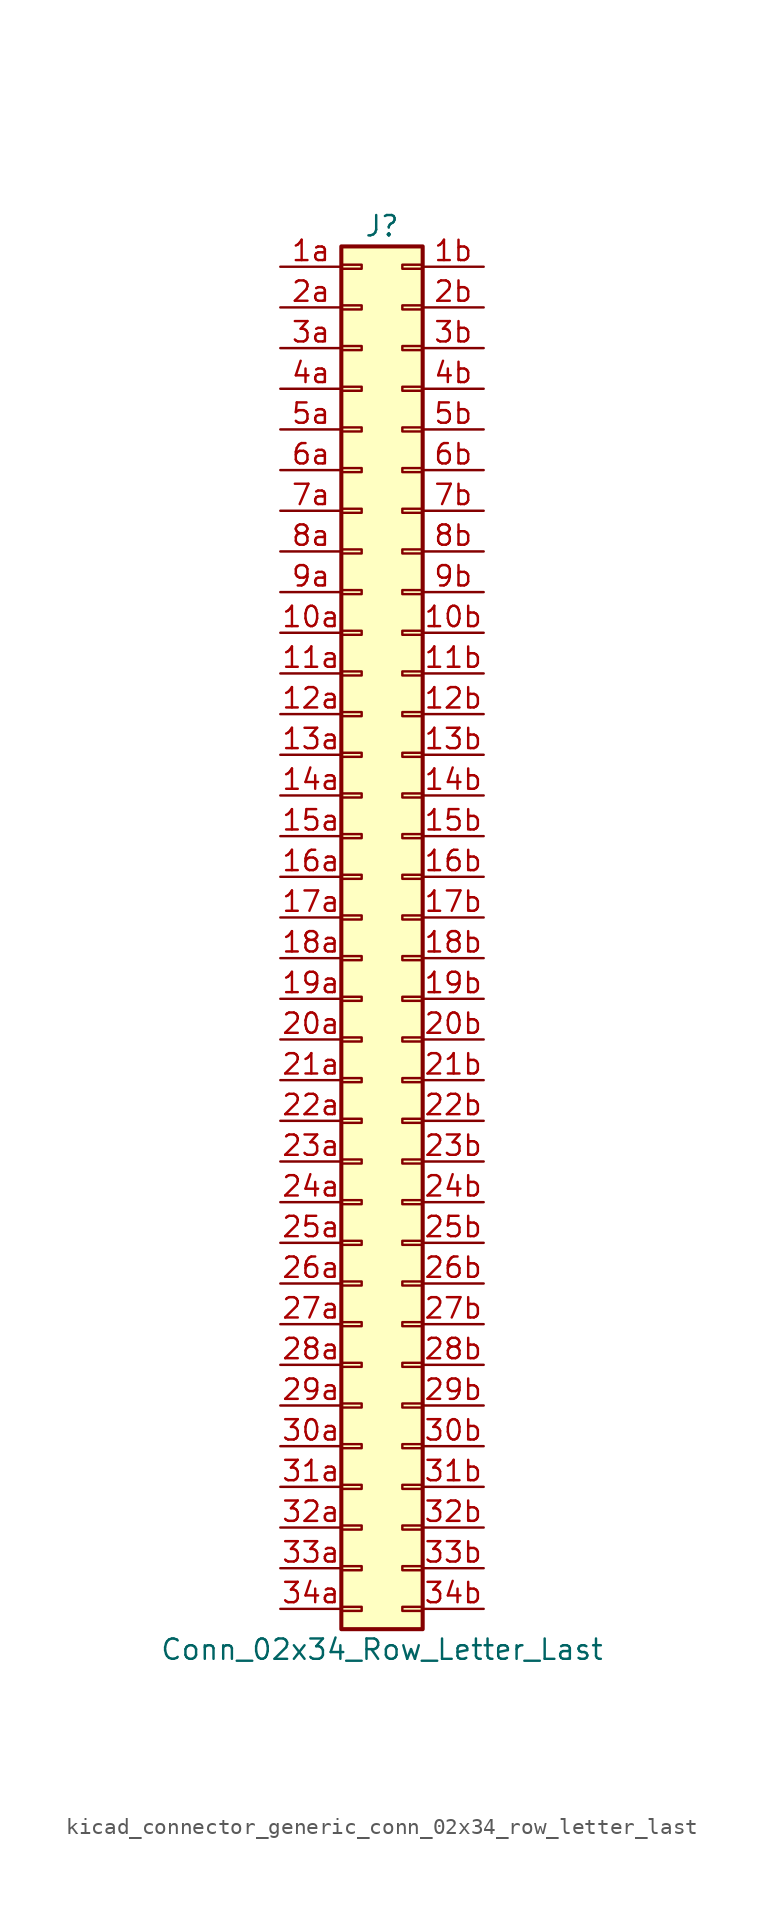
<source format=kicad_sym>
(kicad_symbol_lib
  (version 20220914)
  (generator kicad_symbol_editor)
  (symbol "kicad_connector_generic_conn_02x34_row_letter_last"
    (pin_names
      (offset 1.016) hide)
    (property "Reference" "J"
      (at 1.27 43.18 0)
      (effects (font (size 1.27 1.27))))
    (property "Value" "Conn_02x34_Row_Letter_Last"
      (at 1.27 -45.72 0)
      (effects (font (size 1.27 1.27))))
    (symbol "kicad_connector_generic_conn_02x34_row_letter_last_1_1"
      (rectangle (start -1.27 -43.053) (end 0 -43.307) (stroke (width 0.152) (type default)) (fill (type none)))
      (rectangle (start -1.27 -40.513) (end 0 -40.767) (stroke (width 0.152) (type default)) (fill (type none)))
      (rectangle (start -1.27 -37.973) (end 0 -38.227) (stroke (width 0.152) (type default)) (fill (type none)))
      (rectangle (start -1.27 -35.433) (end 0 -35.687) (stroke (width 0.152) (type default)) (fill (type none)))
      (rectangle (start -1.27 -32.893) (end 0 -33.147) (stroke (width 0.152) (type default)) (fill (type none)))
      (rectangle (start -1.27 -30.353) (end 0 -30.607) (stroke (width 0.152) (type default)) (fill (type none)))
      (rectangle (start -1.27 -27.813) (end 0 -28.067) (stroke (width 0.152) (type default)) (fill (type none)))
      (rectangle (start -1.27 -25.273) (end 0 -25.527) (stroke (width 0.152) (type default)) (fill (type none)))
      (rectangle (start -1.27 -22.733) (end 0 -22.987) (stroke (width 0.152) (type default)) (fill (type none)))
      (rectangle (start -1.27 -20.193) (end 0 -20.447) (stroke (width 0.152) (type default)) (fill (type none)))
      (rectangle (start -1.27 -17.653) (end 0 -17.907) (stroke (width 0.152) (type default)) (fill (type none)))
      (rectangle (start -1.27 -15.113) (end 0 -15.367) (stroke (width 0.152) (type default)) (fill (type none)))
      (rectangle (start -1.27 -12.573) (end 0 -12.827) (stroke (width 0.152) (type default)) (fill (type none)))
      (rectangle (start -1.27 -10.033) (end 0 -10.287) (stroke (width 0.152) (type default)) (fill (type none)))
      (rectangle (start -1.27 -7.493) (end 0 -7.747) (stroke (width 0.152) (type default)) (fill (type none)))
      (rectangle (start -1.27 -4.953) (end 0 -5.207) (stroke (width 0.152) (type default)) (fill (type none)))
      (rectangle (start -1.27 -2.413) (end 0 -2.667) (stroke (width 0.152) (type default)) (fill (type none)))
      (rectangle (start -1.27 0.127) (end 0 -0.127) (stroke (width 0.152) (type default)) (fill (type none)))
      (rectangle (start -1.27 2.667) (end 0 2.413) (stroke (width 0.152) (type default)) (fill (type none)))
      (rectangle (start -1.27 5.207) (end 0 4.953) (stroke (width 0.152) (type default)) (fill (type none)))
      (rectangle (start -1.27 7.747) (end 0 7.493) (stroke (width 0.152) (type default)) (fill (type none)))
      (rectangle (start -1.27 10.287) (end 0 10.033) (stroke (width 0.152) (type default)) (fill (type none)))
      (rectangle (start -1.27 12.827) (end 0 12.573) (stroke (width 0.152) (type default)) (fill (type none)))
      (rectangle (start -1.27 15.367) (end 0 15.113) (stroke (width 0.152) (type default)) (fill (type none)))
      (rectangle (start -1.27 17.907) (end 0 17.653) (stroke (width 0.152) (type default)) (fill (type none)))
      (rectangle (start -1.27 20.447) (end 0 20.193) (stroke (width 0.152) (type default)) (fill (type none)))
      (rectangle (start -1.27 22.987) (end 0 22.733) (stroke (width 0.152) (type default)) (fill (type none)))
      (rectangle (start -1.27 25.527) (end 0 25.273) (stroke (width 0.152) (type default)) (fill (type none)))
      (rectangle (start -1.27 28.067) (end 0 27.813) (stroke (width 0.152) (type default)) (fill (type none)))
      (rectangle (start -1.27 30.607) (end 0 30.353) (stroke (width 0.152) (type default)) (fill (type none)))
      (rectangle (start -1.27 33.147) (end 0 32.893) (stroke (width 0.152) (type default)) (fill (type none)))
      (rectangle (start -1.27 35.687) (end 0 35.433) (stroke (width 0.152) (type default)) (fill (type none)))
      (rectangle (start -1.27 38.227) (end 0 37.973) (stroke (width 0.152) (type default)) (fill (type none)))
      (rectangle (start -1.27 40.767) (end 0 40.513) (stroke (width 0.152) (type default)) (fill (type none)))
      (rectangle (start -1.27 41.91) (end 3.81 -44.45) (stroke (width 0.254) (type default)) (fill (type background)))
      (rectangle (start 3.81 -43.053) (end 2.54 -43.307) (stroke (width 0.152) (type default)) (fill (type none)))
      (rectangle (start 3.81 -40.513) (end 2.54 -40.767) (stroke (width 0.152) (type default)) (fill (type none)))
      (rectangle (start 3.81 -37.973) (end 2.54 -38.227) (stroke (width 0.152) (type default)) (fill (type none)))
      (rectangle (start 3.81 -35.433) (end 2.54 -35.687) (stroke (width 0.152) (type default)) (fill (type none)))
      (rectangle (start 3.81 -32.893) (end 2.54 -33.147) (stroke (width 0.152) (type default)) (fill (type none)))
      (rectangle (start 3.81 -30.353) (end 2.54 -30.607) (stroke (width 0.152) (type default)) (fill (type none)))
      (rectangle (start 3.81 -27.813) (end 2.54 -28.067) (stroke (width 0.152) (type default)) (fill (type none)))
      (rectangle (start 3.81 -25.273) (end 2.54 -25.527) (stroke (width 0.152) (type default)) (fill (type none)))
      (rectangle (start 3.81 -22.733) (end 2.54 -22.987) (stroke (width 0.152) (type default)) (fill (type none)))
      (rectangle (start 3.81 -20.193) (end 2.54 -20.447) (stroke (width 0.152) (type default)) (fill (type none)))
      (rectangle (start 3.81 -17.653) (end 2.54 -17.907) (stroke (width 0.152) (type default)) (fill (type none)))
      (rectangle (start 3.81 -15.113) (end 2.54 -15.367) (stroke (width 0.152) (type default)) (fill (type none)))
      (rectangle (start 3.81 -12.573) (end 2.54 -12.827) (stroke (width 0.152) (type default)) (fill (type none)))
      (rectangle (start 3.81 -10.033) (end 2.54 -10.287) (stroke (width 0.152) (type default)) (fill (type none)))
      (rectangle (start 3.81 -7.493) (end 2.54 -7.747) (stroke (width 0.152) (type default)) (fill (type none)))
      (rectangle (start 3.81 -4.953) (end 2.54 -5.207) (stroke (width 0.152) (type default)) (fill (type none)))
      (rectangle (start 3.81 -2.413) (end 2.54 -2.667) (stroke (width 0.152) (type default)) (fill (type none)))
      (rectangle (start 3.81 0.127) (end 2.54 -0.127) (stroke (width 0.152) (type default)) (fill (type none)))
      (rectangle (start 3.81 2.667) (end 2.54 2.413) (stroke (width 0.152) (type default)) (fill (type none)))
      (rectangle (start 3.81 5.207) (end 2.54 4.953) (stroke (width 0.152) (type default)) (fill (type none)))
      (rectangle (start 3.81 7.747) (end 2.54 7.493) (stroke (width 0.152) (type default)) (fill (type none)))
      (rectangle (start 3.81 10.287) (end 2.54 10.033) (stroke (width 0.152) (type default)) (fill (type none)))
      (rectangle (start 3.81 12.827) (end 2.54 12.573) (stroke (width 0.152) (type default)) (fill (type none)))
      (rectangle (start 3.81 15.367) (end 2.54 15.113) (stroke (width 0.152) (type default)) (fill (type none)))
      (rectangle (start 3.81 17.907) (end 2.54 17.653) (stroke (width 0.152) (type default)) (fill (type none)))
      (rectangle (start 3.81 20.447) (end 2.54 20.193) (stroke (width 0.152) (type default)) (fill (type none)))
      (rectangle (start 3.81 22.987) (end 2.54 22.733) (stroke (width 0.152) (type default)) (fill (type none)))
      (rectangle (start 3.81 25.527) (end 2.54 25.273) (stroke (width 0.152) (type default)) (fill (type none)))
      (rectangle (start 3.81 28.067) (end 2.54 27.813) (stroke (width 0.152) (type default)) (fill (type none)))
      (rectangle (start 3.81 30.607) (end 2.54 30.353) (stroke (width 0.152) (type default)) (fill (type none)))
      (rectangle (start 3.81 33.147) (end 2.54 32.893) (stroke (width 0.152) (type default)) (fill (type none)))
      (rectangle (start 3.81 35.687) (end 2.54 35.433) (stroke (width 0.152) (type default)) (fill (type none)))
      (rectangle (start 3.81 38.227) (end 2.54 37.973) (stroke (width 0.152) (type default)) (fill (type none)))
      (rectangle (start 3.81 40.767) (end 2.54 40.513) (stroke (width 0.152) (type default)) (fill (type none)))
      (pin passive line (at -5.08 17.78 0) (length 3.81) (name "Pin_10a" (effects (font (size 1.27 1.27)))) (number "10a" (effects (font (size 1.27 1.27)))))
      (pin passive line (at 7.62 17.78 180) (length 3.81) (name "Pin_10b" (effects (font (size 1.27 1.27)))) (number "10b" (effects (font (size 1.27 1.27)))))
      (pin passive line (at -5.08 15.24 0) (length 3.81) (name "Pin_11a" (effects (font (size 1.27 1.27)))) (number "11a" (effects (font (size 1.27 1.27)))))
      (pin passive line (at 7.62 15.24 180) (length 3.81) (name "Pin_11b" (effects (font (size 1.27 1.27)))) (number "11b" (effects (font (size 1.27 1.27)))))
      (pin passive line (at -5.08 12.7 0) (length 3.81) (name "Pin_12a" (effects (font (size 1.27 1.27)))) (number "12a" (effects (font (size 1.27 1.27)))))
      (pin passive line (at 7.62 12.7 180) (length 3.81) (name "Pin_12b" (effects (font (size 1.27 1.27)))) (number "12b" (effects (font (size 1.27 1.27)))))
      (pin passive line (at -5.08 10.16 0) (length 3.81) (name "Pin_13a" (effects (font (size 1.27 1.27)))) (number "13a" (effects (font (size 1.27 1.27)))))
      (pin passive line (at 7.62 10.16 180) (length 3.81) (name "Pin_13b" (effects (font (size 1.27 1.27)))) (number "13b" (effects (font (size 1.27 1.27)))))
      (pin passive line (at -5.08 7.62 0) (length 3.81) (name "Pin_14a" (effects (font (size 1.27 1.27)))) (number "14a" (effects (font (size 1.27 1.27)))))
      (pin passive line (at 7.62 7.62 180) (length 3.81) (name "Pin_14b" (effects (font (size 1.27 1.27)))) (number "14b" (effects (font (size 1.27 1.27)))))
      (pin passive line (at -5.08 5.08 0) (length 3.81) (name "Pin_15a" (effects (font (size 1.27 1.27)))) (number "15a" (effects (font (size 1.27 1.27)))))
      (pin passive line (at 7.62 5.08 180) (length 3.81) (name "Pin_15b" (effects (font (size 1.27 1.27)))) (number "15b" (effects (font (size 1.27 1.27)))))
      (pin passive line (at -5.08 2.54 0) (length 3.81) (name "Pin_16a" (effects (font (size 1.27 1.27)))) (number "16a" (effects (font (size 1.27 1.27)))))
      (pin passive line (at 7.62 2.54 180) (length 3.81) (name "Pin_16b" (effects (font (size 1.27 1.27)))) (number "16b" (effects (font (size 1.27 1.27)))))
      (pin passive line (at -5.08 0 0) (length 3.81) (name "Pin_17a" (effects (font (size 1.27 1.27)))) (number "17a" (effects (font (size 1.27 1.27)))))
      (pin passive line (at 7.62 0 180) (length 3.81) (name "Pin_17b" (effects (font (size 1.27 1.27)))) (number "17b" (effects (font (size 1.27 1.27)))))
      (pin passive line (at -5.08 -2.54 0) (length 3.81) (name "Pin_18a" (effects (font (size 1.27 1.27)))) (number "18a" (effects (font (size 1.27 1.27)))))
      (pin passive line (at 7.62 -2.54 180) (length 3.81) (name "Pin_18b" (effects (font (size 1.27 1.27)))) (number "18b" (effects (font (size 1.27 1.27)))))
      (pin passive line (at -5.08 -5.08 0) (length 3.81) (name "Pin_19a" (effects (font (size 1.27 1.27)))) (number "19a" (effects (font (size 1.27 1.27)))))
      (pin passive line (at 7.62 -5.08 180) (length 3.81) (name "Pin_19b" (effects (font (size 1.27 1.27)))) (number "19b" (effects (font (size 1.27 1.27)))))
      (pin passive line (at -5.08 40.64 0) (length 3.81) (name "Pin_1a" (effects (font (size 1.27 1.27)))) (number "1a" (effects (font (size 1.27 1.27)))))
      (pin passive line (at 7.62 40.64 180) (length 3.81) (name "Pin_1b" (effects (font (size 1.27 1.27)))) (number "1b" (effects (font (size 1.27 1.27)))))
      (pin passive line (at -5.08 -7.62 0) (length 3.81) (name "Pin_20a" (effects (font (size 1.27 1.27)))) (number "20a" (effects (font (size 1.27 1.27)))))
      (pin passive line (at 7.62 -7.62 180) (length 3.81) (name "Pin_20b" (effects (font (size 1.27 1.27)))) (number "20b" (effects (font (size 1.27 1.27)))))
      (pin passive line (at -5.08 -10.16 0) (length 3.81) (name "Pin_21a" (effects (font (size 1.27 1.27)))) (number "21a" (effects (font (size 1.27 1.27)))))
      (pin passive line (at 7.62 -10.16 180) (length 3.81) (name "Pin_21b" (effects (font (size 1.27 1.27)))) (number "21b" (effects (font (size 1.27 1.27)))))
      (pin passive line (at -5.08 -12.7 0) (length 3.81) (name "Pin_22a" (effects (font (size 1.27 1.27)))) (number "22a" (effects (font (size 1.27 1.27)))))
      (pin passive line (at 7.62 -12.7 180) (length 3.81) (name "Pin_22b" (effects (font (size 1.27 1.27)))) (number "22b" (effects (font (size 1.27 1.27)))))
      (pin passive line (at -5.08 -15.24 0) (length 3.81) (name "Pin_23a" (effects (font (size 1.27 1.27)))) (number "23a" (effects (font (size 1.27 1.27)))))
      (pin passive line (at 7.62 -15.24 180) (length 3.81) (name "Pin_23b" (effects (font (size 1.27 1.27)))) (number "23b" (effects (font (size 1.27 1.27)))))
      (pin passive line (at -5.08 -17.78 0) (length 3.81) (name "Pin_24a" (effects (font (size 1.27 1.27)))) (number "24a" (effects (font (size 1.27 1.27)))))
      (pin passive line (at 7.62 -17.78 180) (length 3.81) (name "Pin_24b" (effects (font (size 1.27 1.27)))) (number "24b" (effects (font (size 1.27 1.27)))))
      (pin passive line (at -5.08 -20.32 0) (length 3.81) (name "Pin_25a" (effects (font (size 1.27 1.27)))) (number "25a" (effects (font (size 1.27 1.27)))))
      (pin passive line (at 7.62 -20.32 180) (length 3.81) (name "Pin_25b" (effects (font (size 1.27 1.27)))) (number "25b" (effects (font (size 1.27 1.27)))))
      (pin passive line (at -5.08 -22.86 0) (length 3.81) (name "Pin_26a" (effects (font (size 1.27 1.27)))) (number "26a" (effects (font (size 1.27 1.27)))))
      (pin passive line (at 7.62 -22.86 180) (length 3.81) (name "Pin_26b" (effects (font (size 1.27 1.27)))) (number "26b" (effects (font (size 1.27 1.27)))))
      (pin passive line (at -5.08 -25.4 0) (length 3.81) (name "Pin_27a" (effects (font (size 1.27 1.27)))) (number "27a" (effects (font (size 1.27 1.27)))))
      (pin passive line (at 7.62 -25.4 180) (length 3.81) (name "Pin_27b" (effects (font (size 1.27 1.27)))) (number "27b" (effects (font (size 1.27 1.27)))))
      (pin passive line (at -5.08 -27.94 0) (length 3.81) (name "Pin_28a" (effects (font (size 1.27 1.27)))) (number "28a" (effects (font (size 1.27 1.27)))))
      (pin passive line (at 7.62 -27.94 180) (length 3.81) (name "Pin_28b" (effects (font (size 1.27 1.27)))) (number "28b" (effects (font (size 1.27 1.27)))))
      (pin passive line (at -5.08 -30.48 0) (length 3.81) (name "Pin_29a" (effects (font (size 1.27 1.27)))) (number "29a" (effects (font (size 1.27 1.27)))))
      (pin passive line (at 7.62 -30.48 180) (length 3.81) (name "Pin_29b" (effects (font (size 1.27 1.27)))) (number "29b" (effects (font (size 1.27 1.27)))))
      (pin passive line (at -5.08 38.1 0) (length 3.81) (name "Pin_2a" (effects (font (size 1.27 1.27)))) (number "2a" (effects (font (size 1.27 1.27)))))
      (pin passive line (at 7.62 38.1 180) (length 3.81) (name "Pin_2b" (effects (font (size 1.27 1.27)))) (number "2b" (effects (font (size 1.27 1.27)))))
      (pin passive line (at -5.08 -33.02 0) (length 3.81) (name "Pin_30a" (effects (font (size 1.27 1.27)))) (number "30a" (effects (font (size 1.27 1.27)))))
      (pin passive line (at 7.62 -33.02 180) (length 3.81) (name "Pin_30b" (effects (font (size 1.27 1.27)))) (number "30b" (effects (font (size 1.27 1.27)))))
      (pin passive line (at -5.08 -35.56 0) (length 3.81) (name "Pin_31a" (effects (font (size 1.27 1.27)))) (number "31a" (effects (font (size 1.27 1.27)))))
      (pin passive line (at 7.62 -35.56 180) (length 3.81) (name "Pin_31b" (effects (font (size 1.27 1.27)))) (number "31b" (effects (font (size 1.27 1.27)))))
      (pin passive line (at -5.08 -38.1 0) (length 3.81) (name "Pin_32a" (effects (font (size 1.27 1.27)))) (number "32a" (effects (font (size 1.27 1.27)))))
      (pin passive line (at 7.62 -38.1 180) (length 3.81) (name "Pin_32b" (effects (font (size 1.27 1.27)))) (number "32b" (effects (font (size 1.27 1.27)))))
      (pin passive line (at -5.08 -40.64 0) (length 3.81) (name "Pin_33a" (effects (font (size 1.27 1.27)))) (number "33a" (effects (font (size 1.27 1.27)))))
      (pin passive line (at 7.62 -40.64 180) (length 3.81) (name "Pin_33b" (effects (font (size 1.27 1.27)))) (number "33b" (effects (font (size 1.27 1.27)))))
      (pin passive line (at -5.08 -43.18 0) (length 3.81) (name "Pin_34a" (effects (font (size 1.27 1.27)))) (number "34a" (effects (font (size 1.27 1.27)))))
      (pin passive line (at 7.62 -43.18 180) (length 3.81) (name "Pin_34b" (effects (font (size 1.27 1.27)))) (number "34b" (effects (font (size 1.27 1.27)))))
      (pin passive line (at -5.08 35.56 0) (length 3.81) (name "Pin_3a" (effects (font (size 1.27 1.27)))) (number "3a" (effects (font (size 1.27 1.27)))))
      (pin passive line (at 7.62 35.56 180) (length 3.81) (name "Pin_3b" (effects (font (size 1.27 1.27)))) (number "3b" (effects (font (size 1.27 1.27)))))
      (pin passive line (at -5.08 33.02 0) (length 3.81) (name "Pin_4a" (effects (font (size 1.27 1.27)))) (number "4a" (effects (font (size 1.27 1.27)))))
      (pin passive line (at 7.62 33.02 180) (length 3.81) (name "Pin_4b" (effects (font (size 1.27 1.27)))) (number "4b" (effects (font (size 1.27 1.27)))))
      (pin passive line (at -5.08 30.48 0) (length 3.81) (name "Pin_5a" (effects (font (size 1.27 1.27)))) (number "5a" (effects (font (size 1.27 1.27)))))
      (pin passive line (at 7.62 30.48 180) (length 3.81) (name "Pin_5b" (effects (font (size 1.27 1.27)))) (number "5b" (effects (font (size 1.27 1.27)))))
      (pin passive line (at -5.08 27.94 0) (length 3.81) (name "Pin_6a" (effects (font (size 1.27 1.27)))) (number "6a" (effects (font (size 1.27 1.27)))))
      (pin passive line (at 7.62 27.94 180) (length 3.81) (name "Pin_6b" (effects (font (size 1.27 1.27)))) (number "6b" (effects (font (size 1.27 1.27)))))
      (pin passive line (at -5.08 25.4 0) (length 3.81) (name "Pin_7a" (effects (font (size 1.27 1.27)))) (number "7a" (effects (font (size 1.27 1.27)))))
      (pin passive line (at 7.62 25.4 180) (length 3.81) (name "Pin_7b" (effects (font (size 1.27 1.27)))) (number "7b" (effects (font (size 1.27 1.27)))))
      (pin passive line (at -5.08 22.86 0) (length 3.81) (name "Pin_8a" (effects (font (size 1.27 1.27)))) (number "8a" (effects (font (size 1.27 1.27)))))
      (pin passive line (at 7.62 22.86 180) (length 3.81) (name "Pin_8b" (effects (font (size 1.27 1.27)))) (number "8b" (effects (font (size 1.27 1.27)))))
      (pin passive line (at -5.08 20.32 0) (length 3.81) (name "Pin_9a" (effects (font (size 1.27 1.27)))) (number "9a" (effects (font (size 1.27 1.27)))))
      (pin passive line (at 7.62 20.32 180) (length 3.81) (name "Pin_9b" (effects (font (size 1.27 1.27)))) (number "9b" (effects (font (size 1.27 1.27))))))))
</source>
